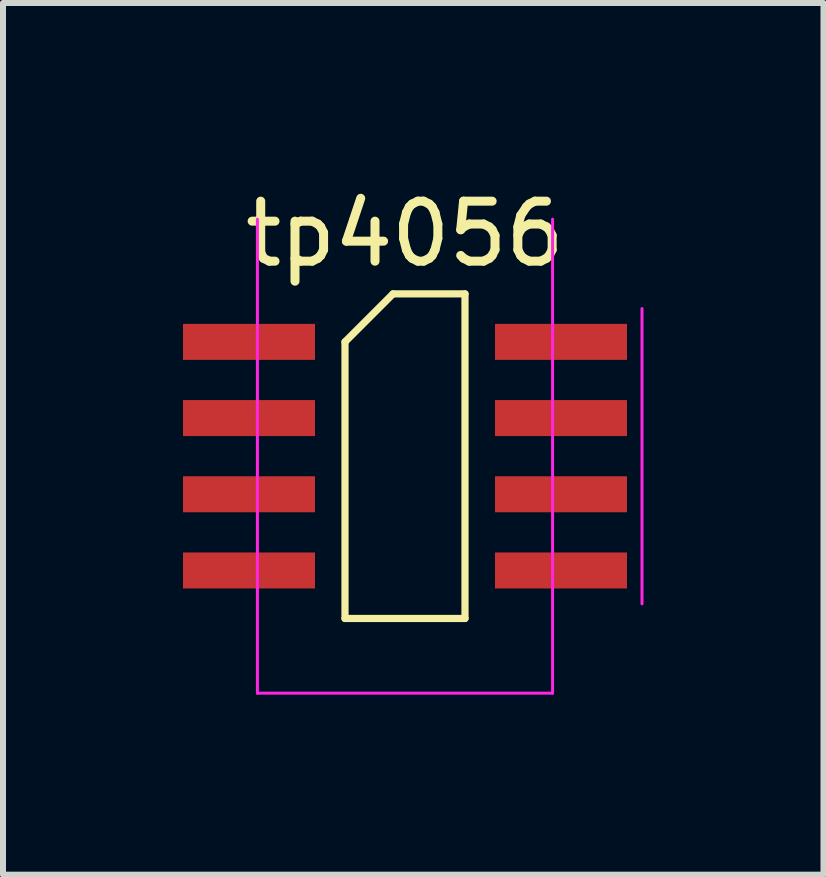
<source format=kicad_pcb>
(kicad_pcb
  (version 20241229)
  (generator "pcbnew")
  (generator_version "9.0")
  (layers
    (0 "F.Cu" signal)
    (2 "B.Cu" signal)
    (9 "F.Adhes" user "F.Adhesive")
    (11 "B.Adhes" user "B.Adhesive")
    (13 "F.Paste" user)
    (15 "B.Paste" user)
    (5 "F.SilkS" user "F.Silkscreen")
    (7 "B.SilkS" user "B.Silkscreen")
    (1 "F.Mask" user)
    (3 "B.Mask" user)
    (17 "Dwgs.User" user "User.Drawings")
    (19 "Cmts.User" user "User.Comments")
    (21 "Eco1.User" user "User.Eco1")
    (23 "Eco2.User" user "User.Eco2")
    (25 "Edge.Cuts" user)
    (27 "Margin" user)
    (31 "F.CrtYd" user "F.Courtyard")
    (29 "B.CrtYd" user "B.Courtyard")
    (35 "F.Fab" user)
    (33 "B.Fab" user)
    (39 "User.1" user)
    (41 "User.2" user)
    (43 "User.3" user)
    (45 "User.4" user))
  (footprint "tp4056"
    (layer "F.Cu")
    (at 3.7 4.553)
    (property "Reference" "tp4056" (at 0 -3.705 0) (layer "F.SilkS") (effects (font (size 1 1) (thickness 0.15))))
    (attr through_hole)
    (fp_line (start -1 -1.905) (end -0.2 -2.705) (stroke (width 0.12) (type solid)) (layer "F.SilkS"))
    (fp_line (start -1 2.705) (end -1 -1.905) (stroke (width 0.12) (type solid)) (layer "F.SilkS"))
    (fp_line (start -0.2 -2.705) (end 1 -2.705) (stroke (width 0.12) (type solid)) (layer "F.SilkS"))
    (fp_line (start 1 -2.705) (end 1 2.705) (stroke (width 0.12) (type solid)) (layer "F.SilkS"))
    (fp_line (start 1 2.705) (end -1 2.705) (stroke (width 0.12) (type solid)) (layer "F.SilkS"))
    (fp_line (start -2.46 3.95) (end -2.46 -3.95) (stroke (width 0.05) (type solid)) (layer "F.CrtYd"))
    (fp_line (start 2.46 -3.95) (end 2.46 3.95) (stroke (width 0.05) (type solid)) (layer "F.CrtYd"))
    (fp_line (start 2.46 3.95) (end -2.46 3.95) (stroke (width 0.05) (type solid)) (layer "F.CrtYd"))
    (fp_line (start 3.95 -2.46) (end 3.95 2.46) (stroke (width 0.05) (type solid)) (layer "F.CrtYd"))
    (pad "1" smd rect (at -2.6 -1.905 270) (size 0.6 2.2) (layers "F.Cu" "F.Mask" "F.Paste"))
    (pad "2" smd rect (at -2.6 -0.635 270) (size 0.6 2.2) (layers "F.Cu" "F.Mask" "F.Paste"))
    (pad "3" smd rect (at -2.6 0.635 270) (size 0.6 2.2) (layers "F.Cu" "F.Mask" "F.Paste"))
    (pad "4" smd rect (at -2.6 1.905 270) (size 0.6 2.2) (layers "F.Cu" "F.Mask" "F.Paste"))
    (pad "5" smd rect (at 2.6 1.905 270) (size 0.6 2.2) (layers "F.Cu" "F.Mask" "F.Paste"))
    (pad "6" smd rect (at 2.6 0.635 270) (size 0.6 2.2) (layers "F.Cu" "F.Mask" "F.Paste"))
    (pad "7" smd rect (at 2.6 -0.635 270) (size 0.6 2.2) (layers "F.Cu" "F.Mask" "F.Paste"))
    (pad "8" smd rect (at 2.6 -1.905 270) (size 0.6 2.2) (layers "F.Cu" "F.Mask" "F.Paste")))
  (gr_rect
    (start -3 -3)
    (end 10.675 11.528)
    (stroke (width 0.1) (type default))
    (fill no)
    (layer "Edge.Cuts")))
</source>
